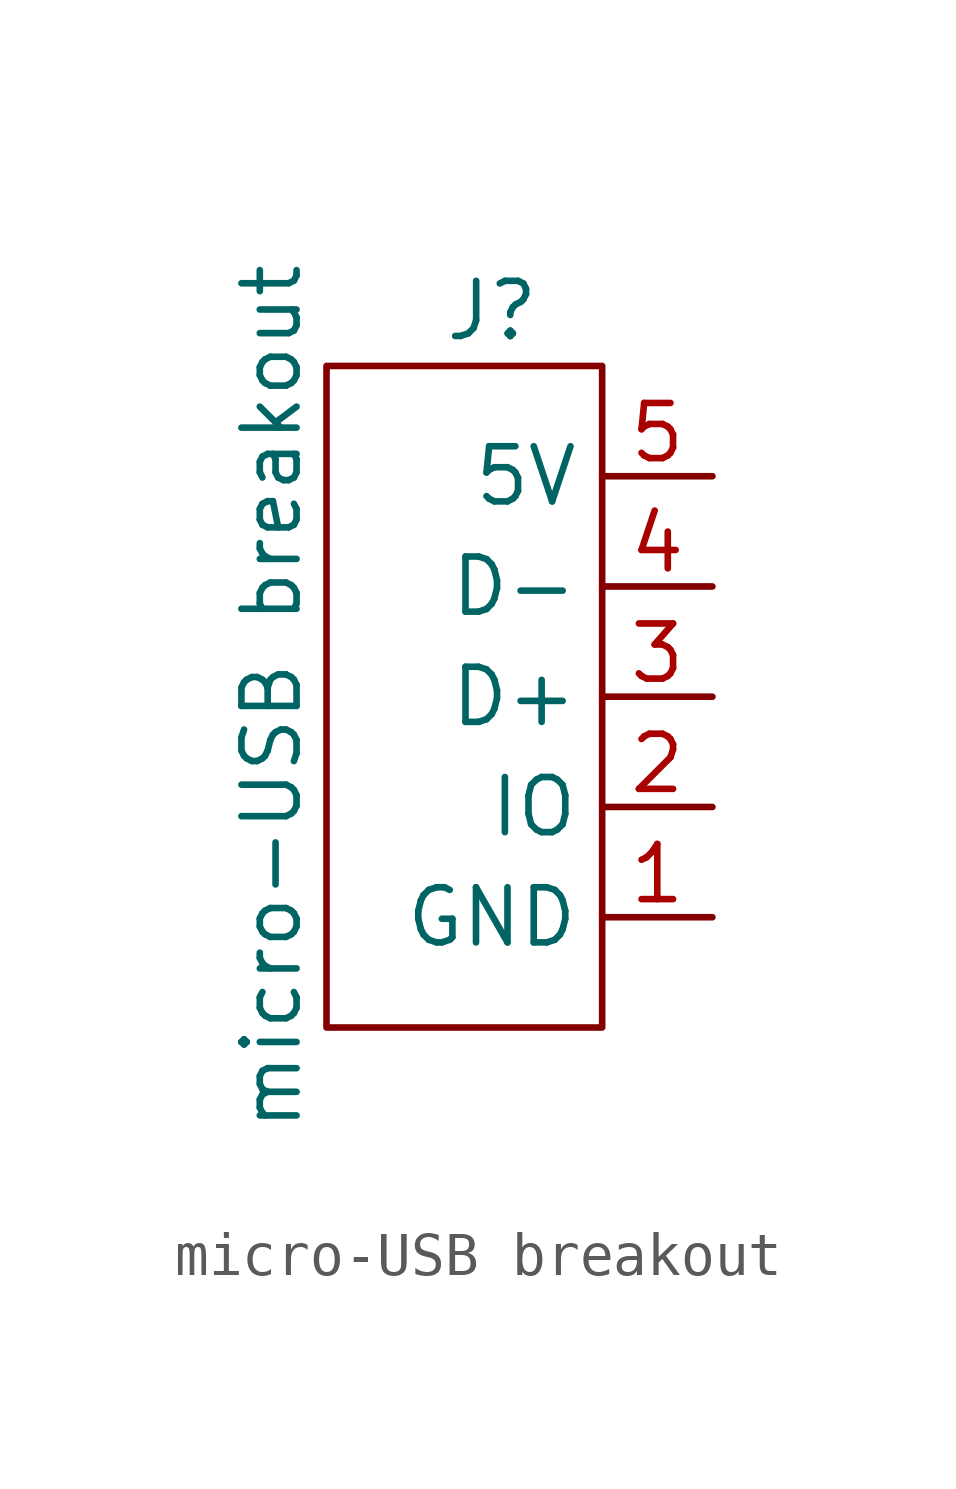
<source format=kicad_sym>
(kicad_symbol_lib
  (version 20211014)
  (generator kicad_symbol_editor)
  (symbol "micro-USB breakout"
    (property "Reference" "J"
      (at -5.08 8.89 0)
      (effects (font (size 1.27 1.27))))
    (property "Value" "micro-USB breakout"
      (at -10.16 0 90)
      (effects (font (size 1.27 1.27))))
    (symbol "micro-USB breakout_0_1"
      (rectangle (start -8.89 7.62) (end -2.54 -7.62) (stroke (width 0) (type default) (color 0 0 0 0)) (fill (type none))))
    (symbol "micro-USB breakout_1_1"
      (pin power_out line (at 0 -5.08 180) (length 2.54) (name "GND" (effects (font (size 1.27 1.27)))) (number "1" (effects (font (size 1.27 1.27)))))
      (pin bidirectional line (at 0 -2.54 180) (length 2.54) (name "IO" (effects (font (size 1.27 1.27)))) (number "2" (effects (font (size 1.27 1.27)))))
      (pin bidirectional line (at 0 0 180) (length 2.54) (name "D+" (effects (font (size 1.27 1.27)))) (number "3" (effects (font (size 1.27 1.27)))))
      (pin bidirectional line (at 0 2.54 180) (length 2.54) (name "D-" (effects (font (size 1.27 1.27)))) (number "4" (effects (font (size 1.27 1.27)))))
      (pin power_out line (at 0 5.08 180) (length 2.54) (name "5V" (effects (font (size 1.27 1.27)))) (number "5" (effects (font (size 1.27 1.27))))))))
</source>
